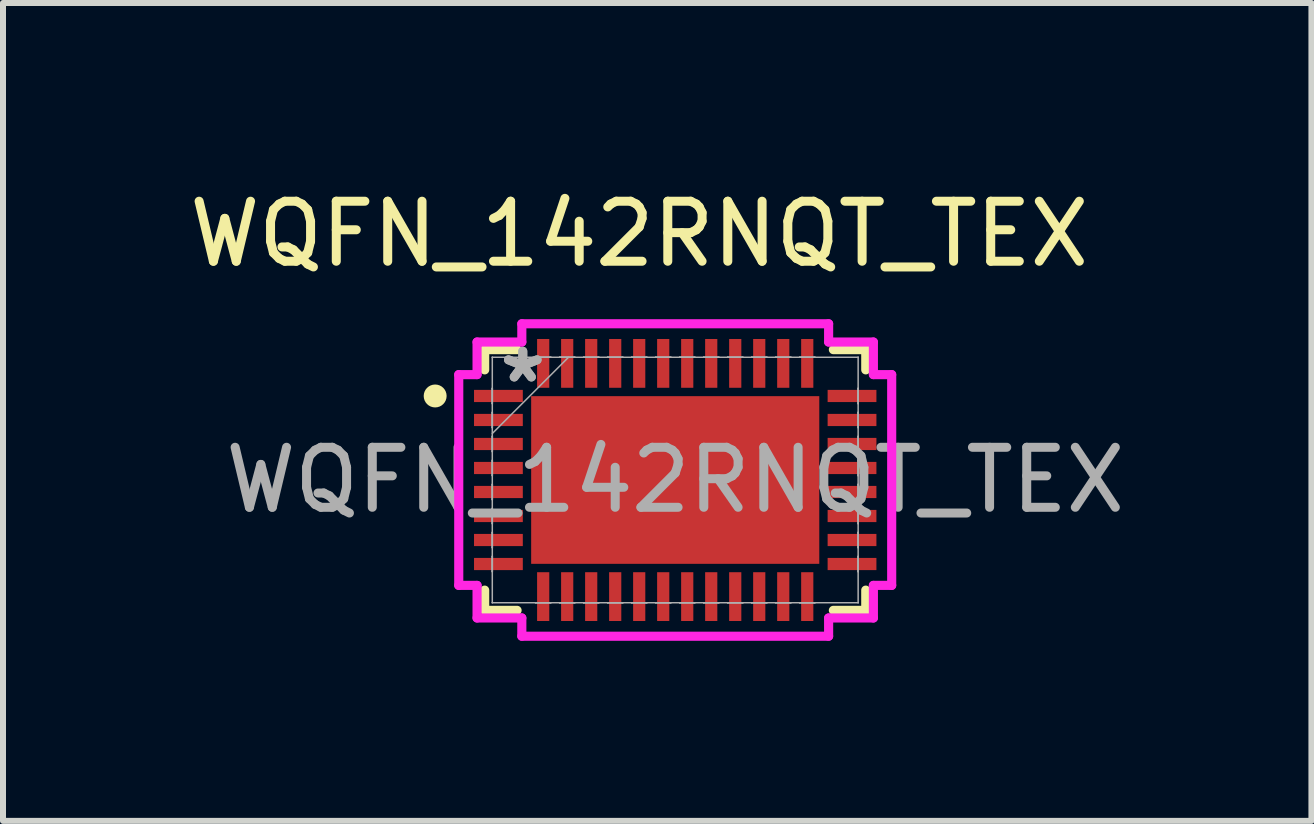
<source format=kicad_pcb>
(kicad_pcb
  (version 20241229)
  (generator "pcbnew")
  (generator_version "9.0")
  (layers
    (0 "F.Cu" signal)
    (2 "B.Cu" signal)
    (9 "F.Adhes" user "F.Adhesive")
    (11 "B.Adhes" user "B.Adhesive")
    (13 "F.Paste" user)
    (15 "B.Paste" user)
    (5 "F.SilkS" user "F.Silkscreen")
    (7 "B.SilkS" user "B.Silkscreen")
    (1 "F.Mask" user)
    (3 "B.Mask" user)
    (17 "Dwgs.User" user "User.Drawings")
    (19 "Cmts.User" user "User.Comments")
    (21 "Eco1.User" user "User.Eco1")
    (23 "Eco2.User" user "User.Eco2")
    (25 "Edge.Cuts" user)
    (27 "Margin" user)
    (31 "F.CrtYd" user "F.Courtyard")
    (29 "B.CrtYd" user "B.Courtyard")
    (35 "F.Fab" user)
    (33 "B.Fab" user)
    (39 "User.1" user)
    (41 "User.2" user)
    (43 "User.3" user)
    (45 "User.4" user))
  (footprint "WQFN_142RNQT_TEX"
    (layer "F.Cu")
    (at 8.201 4.948)
    (property "Reference" "WQFN_142RNQT_TEX" (at -0.6 -4.1 0) (unlocked yes) (layer "F.SilkS") (effects (font (size 1 1) (thickness 0.15))))
    (attr smd)
    (fp_line (start -3.175 -2.172) (end -3.175 -1.835) (stroke (width 0.152) (type solid)) (layer "F.SilkS"))
    (fp_line (start -3.175 1.835) (end -3.175 2.172) (stroke (width 0.152) (type solid)) (layer "F.SilkS"))
    (fp_line (start -3.175 2.172) (end -2.635 2.172) (stroke (width 0.152) (type solid)) (layer "F.SilkS"))
    (fp_line (start -2.635 -2.172) (end -3.175 -2.172) (stroke (width 0.152) (type solid)) (layer "F.SilkS"))
    (fp_line (start 2.635 2.172) (end 3.175 2.172) (stroke (width 0.152) (type solid)) (layer "F.SilkS"))
    (fp_line (start 3.175 -2.172) (end 2.635 -2.172) (stroke (width 0.152) (type solid)) (layer "F.SilkS"))
    (fp_line (start 3.175 -1.835) (end 3.175 -2.172) (stroke (width 0.152) (type solid)) (layer "F.SilkS"))
    (fp_line (start 3.175 2.172) (end 3.175 1.835) (stroke (width 0.152) (type solid)) (layer "F.SilkS"))
    (fp_circle (center -4 -1.4) (end -3.859 -1.4) (stroke (width 0.1) (type solid)) (fill yes) (layer "F.SilkS"))
    (fp_poly (pts (xy -2.3 -1.297) (xy -2.3 -0.1) (xy -0.9 -0.1) (xy -0.9 -1.297)) (stroke (width 0) (type solid)) (fill yes) (layer "F.Paste"))
    (fp_poly (pts (xy -2.3 0.1) (xy -2.3 1.297) (xy -0.9 1.297) (xy -0.9 0.1)) (stroke (width 0) (type solid)) (fill yes) (layer "F.Paste"))
    (fp_poly (pts (xy -0.7 -1.297) (xy -0.7 -0.1) (xy 0.7 -0.1) (xy 0.7 -1.297)) (stroke (width 0) (type solid)) (fill yes) (layer "F.Paste"))
    (fp_poly (pts (xy -0.7 0.1) (xy -0.7 1.297) (xy 0.7 1.297) (xy 0.7 0.1)) (stroke (width 0) (type solid)) (fill yes) (layer "F.Paste"))
    (fp_poly (pts (xy 0.9 -1.297) (xy 0.9 -0.1) (xy 2.3 -0.1) (xy 2.3 -1.297)) (stroke (width 0) (type solid)) (fill yes) (layer "F.Paste"))
    (fp_poly (pts (xy 0.9 0.1) (xy 0.9 1.297) (xy 2.3 1.297) (xy 2.3 0.1)) (stroke (width 0) (type solid)) (fill yes) (layer "F.Paste"))
    (fp_line (start -3.607 -1.756) (end -3.302 -1.756) (stroke (width 0.152) (type solid)) (layer "F.CrtYd"))
    (fp_line (start -3.607 1.756) (end -3.607 -1.756) (stroke (width 0.152) (type solid)) (layer "F.CrtYd"))
    (fp_line (start -3.302 -2.299) (end -2.556 -2.299) (stroke (width 0.152) (type solid)) (layer "F.CrtYd"))
    (fp_line (start -3.302 -1.756) (end -3.302 -2.299) (stroke (width 0.152) (type solid)) (layer "F.CrtYd"))
    (fp_line (start -3.302 1.756) (end -3.607 1.756) (stroke (width 0.152) (type solid)) (layer "F.CrtYd"))
    (fp_line (start -3.302 2.299) (end -3.302 1.756) (stroke (width 0.152) (type solid)) (layer "F.CrtYd"))
    (fp_line (start -2.556 -2.603) (end 2.556 -2.603) (stroke (width 0.152) (type solid)) (layer "F.CrtYd"))
    (fp_line (start -2.556 -2.299) (end -2.556 -2.603) (stroke (width 0.152) (type solid)) (layer "F.CrtYd"))
    (fp_line (start -2.556 2.299) (end -3.302 2.299) (stroke (width 0.152) (type solid)) (layer "F.CrtYd"))
    (fp_line (start -2.556 2.603) (end -2.556 2.299) (stroke (width 0.152) (type solid)) (layer "F.CrtYd"))
    (fp_line (start 2.556 -2.603) (end 2.556 -2.299) (stroke (width 0.152) (type solid)) (layer "F.CrtYd"))
    (fp_line (start 2.556 -2.299) (end 3.302 -2.299) (stroke (width 0.152) (type solid)) (layer "F.CrtYd"))
    (fp_line (start 2.556 2.299) (end 2.556 2.603) (stroke (width 0.152) (type solid)) (layer "F.CrtYd"))
    (fp_line (start 2.556 2.603) (end -2.556 2.603) (stroke (width 0.152) (type solid)) (layer "F.CrtYd"))
    (fp_line (start 3.302 -2.299) (end 3.302 -1.756) (stroke (width 0.152) (type solid)) (layer "F.CrtYd"))
    (fp_line (start 3.302 -1.756) (end 3.607 -1.756) (stroke (width 0.152) (type solid)) (layer "F.CrtYd"))
    (fp_line (start 3.302 1.756) (end 3.302 2.299) (stroke (width 0.152) (type solid)) (layer "F.CrtYd"))
    (fp_line (start 3.302 2.299) (end 2.556 2.299) (stroke (width 0.152) (type solid)) (layer "F.CrtYd"))
    (fp_line (start 3.607 -1.756) (end 3.607 1.756) (stroke (width 0.152) (type solid)) (layer "F.CrtYd"))
    (fp_line (start 3.607 1.756) (end 3.302 1.756) (stroke (width 0.152) (type solid)) (layer "F.CrtYd"))
    (fp_line (start -3.048 -2.045) (end -3.048 -2.045) (stroke (width 0.025) (type solid)) (layer "F.Fab"))
    (fp_line (start -3.048 -2.045) (end -3.048 2.045) (stroke (width 0.025) (type solid)) (layer "F.Fab"))
    (fp_line (start -3.048 -1.527) (end -3.048 -1.527) (stroke (width 0.025) (type solid)) (layer "F.Fab"))
    (fp_line (start -3.048 -1.527) (end -3.048 -1.273) (stroke (width 0.025) (type solid)) (layer "F.Fab"))
    (fp_line (start -3.048 -1.273) (end -3.048 -1.527) (stroke (width 0.025) (type solid)) (layer "F.Fab"))
    (fp_line (start -3.048 -1.273) (end -3.048 -1.273) (stroke (width 0.025) (type solid)) (layer "F.Fab"))
    (fp_line (start -3.048 -1.127) (end -3.048 -1.127) (stroke (width 0.025) (type solid)) (layer "F.Fab"))
    (fp_line (start -3.048 -1.127) (end -3.048 -0.873) (stroke (width 0.025) (type solid)) (layer "F.Fab"))
    (fp_line (start -3.048 -0.873) (end -3.048 -1.127) (stroke (width 0.025) (type solid)) (layer "F.Fab"))
    (fp_line (start -3.048 -0.873) (end -3.048 -0.873) (stroke (width 0.025) (type solid)) (layer "F.Fab"))
    (fp_line (start -3.048 -0.775) (end -1.778 -2.045) (stroke (width 0.025) (type solid)) (layer "F.Fab"))
    (fp_line (start -3.048 -0.727) (end -3.048 -0.727) (stroke (width 0.025) (type solid)) (layer "F.Fab"))
    (fp_line (start -3.048 -0.727) (end -3.048 -0.473) (stroke (width 0.025) (type solid)) (layer "F.Fab"))
    (fp_line (start -3.048 -0.473) (end -3.048 -0.727) (stroke (width 0.025) (type solid)) (layer "F.Fab"))
    (fp_line (start -3.048 -0.473) (end -3.048 -0.473) (stroke (width 0.025) (type solid)) (layer "F.Fab"))
    (fp_line (start -3.048 -0.327) (end -3.048 -0.327) (stroke (width 0.025) (type solid)) (layer "F.Fab"))
    (fp_line (start -3.048 -0.327) (end -3.048 -0.073) (stroke (width 0.025) (type solid)) (layer "F.Fab"))
    (fp_line (start -3.048 -0.073) (end -3.048 -0.327) (stroke (width 0.025) (type solid)) (layer "F.Fab"))
    (fp_line (start -3.048 -0.073) (end -3.048 -0.073) (stroke (width 0.025) (type solid)) (layer "F.Fab"))
    (fp_line (start -3.048 0.073) (end -3.048 0.073) (stroke (width 0.025) (type solid)) (layer "F.Fab"))
    (fp_line (start -3.048 0.073) (end -3.048 0.327) (stroke (width 0.025) (type solid)) (layer "F.Fab"))
    (fp_line (start -3.048 0.327) (end -3.048 0.073) (stroke (width 0.025) (type solid)) (layer "F.Fab"))
    (fp_line (start -3.048 0.327) (end -3.048 0.327) (stroke (width 0.025) (type solid)) (layer "F.Fab"))
    (fp_line (start -3.048 0.473) (end -3.048 0.473) (stroke (width 0.025) (type solid)) (layer "F.Fab"))
    (fp_line (start -3.048 0.473) (end -3.048 0.727) (stroke (width 0.025) (type solid)) (layer "F.Fab"))
    (fp_line (start -3.048 0.727) (end -3.048 0.473) (stroke (width 0.025) (type solid)) (layer "F.Fab"))
    (fp_line (start -3.048 0.727) (end -3.048 0.727) (stroke (width 0.025) (type solid)) (layer "F.Fab"))
    (fp_line (start -3.048 0.873) (end -3.048 0.873) (stroke (width 0.025) (type solid)) (layer "F.Fab"))
    (fp_line (start -3.048 0.873) (end -3.048 1.127) (stroke (width 0.025) (type solid)) (layer "F.Fab"))
    (fp_line (start -3.048 1.127) (end -3.048 0.873) (stroke (width 0.025) (type solid)) (layer "F.Fab"))
    (fp_line (start -3.048 1.127) (end -3.048 1.127) (stroke (width 0.025) (type solid)) (layer "F.Fab"))
    (fp_line (start -3.048 1.273) (end -3.048 1.273) (stroke (width 0.025) (type solid)) (layer "F.Fab"))
    (fp_line (start -3.048 1.273) (end -3.048 1.527) (stroke (width 0.025) (type solid)) (layer "F.Fab"))
    (fp_line (start -3.048 1.527) (end -3.048 1.273) (stroke (width 0.025) (type solid)) (layer "F.Fab"))
    (fp_line (start -3.048 1.527) (end -3.048 1.527) (stroke (width 0.025) (type solid)) (layer "F.Fab"))
    (fp_line (start -3.048 2.045) (end -3.048 2.045) (stroke (width 0.025) (type solid)) (layer "F.Fab"))
    (fp_line (start -3.048 2.045) (end 3.048 2.045) (stroke (width 0.025) (type solid)) (layer "F.Fab"))
    (fp_line (start -2.327 -2.045) (end -2.327 -2.045) (stroke (width 0.025) (type solid)) (layer "F.Fab"))
    (fp_line (start -2.327 -2.045) (end -2.073 -2.045) (stroke (width 0.025) (type solid)) (layer "F.Fab"))
    (fp_line (start -2.327 2.045) (end -2.327 2.045) (stroke (width 0.025) (type solid)) (layer "F.Fab"))
    (fp_line (start -2.327 2.045) (end -2.073 2.045) (stroke (width 0.025) (type solid)) (layer "F.Fab"))
    (fp_line (start -2.073 -2.045) (end -2.327 -2.045) (stroke (width 0.025) (type solid)) (layer "F.Fab"))
    (fp_line (start -2.073 -2.045) (end -2.073 -2.045) (stroke (width 0.025) (type solid)) (layer "F.Fab"))
    (fp_line (start -2.073 2.045) (end -2.327 2.045) (stroke (width 0.025) (type solid)) (layer "F.Fab"))
    (fp_line (start -2.073 2.045) (end -2.073 2.045) (stroke (width 0.025) (type solid)) (layer "F.Fab"))
    (fp_line (start -1.927 -2.045) (end -1.927 -2.045) (stroke (width 0.025) (type solid)) (layer "F.Fab"))
    (fp_line (start -1.927 -2.045) (end -1.673 -2.045) (stroke (width 0.025) (type solid)) (layer "F.Fab"))
    (fp_line (start -1.927 2.045) (end -1.927 2.045) (stroke (width 0.025) (type solid)) (layer "F.Fab"))
    (fp_line (start -1.927 2.045) (end -1.673 2.045) (stroke (width 0.025) (type solid)) (layer "F.Fab"))
    (fp_line (start -1.673 -2.045) (end -1.927 -2.045) (stroke (width 0.025) (type solid)) (layer "F.Fab"))
    (fp_line (start -1.673 -2.045) (end -1.673 -2.045) (stroke (width 0.025) (type solid)) (layer "F.Fab"))
    (fp_line (start -1.673 2.045) (end -1.927 2.045) (stroke (width 0.025) (type solid)) (layer "F.Fab"))
    (fp_line (start -1.673 2.045) (end -1.673 2.045) (stroke (width 0.025) (type solid)) (layer "F.Fab"))
    (fp_line (start -1.527 -2.045) (end -1.527 -2.045) (stroke (width 0.025) (type solid)) (layer "F.Fab"))
    (fp_line (start -1.527 -2.045) (end -1.273 -2.045) (stroke (width 0.025) (type solid)) (layer "F.Fab"))
    (fp_line (start -1.527 2.045) (end -1.527 2.045) (stroke (width 0.025) (type solid)) (layer "F.Fab"))
    (fp_line (start -1.527 2.045) (end -1.273 2.045) (stroke (width 0.025) (type solid)) (layer "F.Fab"))
    (fp_line (start -1.273 -2.045) (end -1.527 -2.045) (stroke (width 0.025) (type solid)) (layer "F.Fab"))
    (fp_line (start -1.273 -2.045) (end -1.273 -2.045) (stroke (width 0.025) (type solid)) (layer "F.Fab"))
    (fp_line (start -1.273 2.045) (end -1.527 2.045) (stroke (width 0.025) (type solid)) (layer "F.Fab"))
    (fp_line (start -1.273 2.045) (end -1.273 2.045) (stroke (width 0.025) (type solid)) (layer "F.Fab"))
    (fp_line (start -1.127 -2.045) (end -1.127 -2.045) (stroke (width 0.025) (type solid)) (layer "F.Fab"))
    (fp_line (start -1.127 -2.045) (end -0.873 -2.045) (stroke (width 0.025) (type solid)) (layer "F.Fab"))
    (fp_line (start -1.127 2.045) (end -1.127 2.045) (stroke (width 0.025) (type solid)) (layer "F.Fab"))
    (fp_line (start -1.127 2.045) (end -0.873 2.045) (stroke (width 0.025) (type solid)) (layer "F.Fab"))
    (fp_line (start -0.873 -2.045) (end -1.127 -2.045) (stroke (width 0.025) (type solid)) (layer "F.Fab"))
    (fp_line (start -0.873 -2.045) (end -0.873 -2.045) (stroke (width 0.025) (type solid)) (layer "F.Fab"))
    (fp_line (start -0.873 2.045) (end -1.127 2.045) (stroke (width 0.025) (type solid)) (layer "F.Fab"))
    (fp_line (start -0.873 2.045) (end -0.873 2.045) (stroke (width 0.025) (type solid)) (layer "F.Fab"))
    (fp_line (start -0.727 -2.045) (end -0.727 -2.045) (stroke (width 0.025) (type solid)) (layer "F.Fab"))
    (fp_line (start -0.727 -2.045) (end -0.473 -2.045) (stroke (width 0.025) (type solid)) (layer "F.Fab"))
    (fp_line (start -0.727 2.045) (end -0.727 2.045) (stroke (width 0.025) (type solid)) (layer "F.Fab"))
    (fp_line (start -0.727 2.045) (end -0.473 2.045) (stroke (width 0.025) (type solid)) (layer "F.Fab"))
    (fp_line (start -0.473 -2.045) (end -0.727 -2.045) (stroke (width 0.025) (type solid)) (layer "F.Fab"))
    (fp_line (start -0.473 -2.045) (end -0.473 -2.045) (stroke (width 0.025) (type solid)) (layer "F.Fab"))
    (fp_line (start -0.473 2.045) (end -0.727 2.045) (stroke (width 0.025) (type solid)) (layer "F.Fab"))
    (fp_line (start -0.473 2.045) (end -0.473 2.045) (stroke (width 0.025) (type solid)) (layer "F.Fab"))
    (fp_line (start -0.327 -2.045) (end -0.327 -2.045) (stroke (width 0.025) (type solid)) (layer "F.Fab"))
    (fp_line (start -0.327 -2.045) (end -0.073 -2.045) (stroke (width 0.025) (type solid)) (layer "F.Fab"))
    (fp_line (start -0.327 2.045) (end -0.327 2.045) (stroke (width 0.025) (type solid)) (layer "F.Fab"))
    (fp_line (start -0.327 2.045) (end -0.073 2.045) (stroke (width 0.025) (type solid)) (layer "F.Fab"))
    (fp_line (start -0.073 -2.045) (end -0.327 -2.045) (stroke (width 0.025) (type solid)) (layer "F.Fab"))
    (fp_line (start -0.073 -2.045) (end -0.073 -2.045) (stroke (width 0.025) (type solid)) (layer "F.Fab"))
    (fp_line (start -0.073 2.045) (end -0.327 2.045) (stroke (width 0.025) (type solid)) (layer "F.Fab"))
    (fp_line (start -0.073 2.045) (end -0.073 2.045) (stroke (width 0.025) (type solid)) (layer "F.Fab"))
    (fp_line (start 0.073 -2.045) (end 0.073 -2.045) (stroke (width 0.025) (type solid)) (layer "F.Fab"))
    (fp_line (start 0.073 -2.045) (end 0.327 -2.045) (stroke (width 0.025) (type solid)) (layer "F.Fab"))
    (fp_line (start 0.073 2.045) (end 0.073 2.045) (stroke (width 0.025) (type solid)) (layer "F.Fab"))
    (fp_line (start 0.073 2.045) (end 0.327 2.045) (stroke (width 0.025) (type solid)) (layer "F.Fab"))
    (fp_line (start 0.327 -2.045) (end 0.073 -2.045) (stroke (width 0.025) (type solid)) (layer "F.Fab"))
    (fp_line (start 0.327 -2.045) (end 0.327 -2.045) (stroke (width 0.025) (type solid)) (layer "F.Fab"))
    (fp_line (start 0.327 2.045) (end 0.073 2.045) (stroke (width 0.025) (type solid)) (layer "F.Fab"))
    (fp_line (start 0.327 2.045) (end 0.327 2.045) (stroke (width 0.025) (type solid)) (layer "F.Fab"))
    (fp_line (start 0.473 -2.045) (end 0.473 -2.045) (stroke (width 0.025) (type solid)) (layer "F.Fab"))
    (fp_line (start 0.473 -2.045) (end 0.727 -2.045) (stroke (width 0.025) (type solid)) (layer "F.Fab"))
    (fp_line (start 0.473 2.045) (end 0.473 2.045) (stroke (width 0.025) (type solid)) (layer "F.Fab"))
    (fp_line (start 0.473 2.045) (end 0.727 2.045) (stroke (width 0.025) (type solid)) (layer "F.Fab"))
    (fp_line (start 0.727 -2.045) (end 0.473 -2.045) (stroke (width 0.025) (type solid)) (layer "F.Fab"))
    (fp_line (start 0.727 -2.045) (end 0.727 -2.045) (stroke (width 0.025) (type solid)) (layer "F.Fab"))
    (fp_line (start 0.727 2.045) (end 0.473 2.045) (stroke (width 0.025) (type solid)) (layer "F.Fab"))
    (fp_line (start 0.727 2.045) (end 0.727 2.045) (stroke (width 0.025) (type solid)) (layer "F.Fab"))
    (fp_line (start 0.873 -2.045) (end 0.873 -2.045) (stroke (width 0.025) (type solid)) (layer "F.Fab"))
    (fp_line (start 0.873 -2.045) (end 1.127 -2.045) (stroke (width 0.025) (type solid)) (layer "F.Fab"))
    (fp_line (start 0.873 2.045) (end 0.873 2.045) (stroke (width 0.025) (type solid)) (layer "F.Fab"))
    (fp_line (start 0.873 2.045) (end 1.127 2.045) (stroke (width 0.025) (type solid)) (layer "F.Fab"))
    (fp_line (start 1.127 -2.045) (end 0.873 -2.045) (stroke (width 0.025) (type solid)) (layer "F.Fab"))
    (fp_line (start 1.127 -2.045) (end 1.127 -2.045) (stroke (width 0.025) (type solid)) (layer "F.Fab"))
    (fp_line (start 1.127 2.045) (end 0.873 2.045) (stroke (width 0.025) (type solid)) (layer "F.Fab"))
    (fp_line (start 1.127 2.045) (end 1.127 2.045) (stroke (width 0.025) (type solid)) (layer "F.Fab"))
    (fp_line (start 1.273 -2.045) (end 1.273 -2.045) (stroke (width 0.025) (type solid)) (layer "F.Fab"))
    (fp_line (start 1.273 -2.045) (end 1.527 -2.045) (stroke (width 0.025) (type solid)) (layer "F.Fab"))
    (fp_line (start 1.273 2.045) (end 1.273 2.045) (stroke (width 0.025) (type solid)) (layer "F.Fab"))
    (fp_line (start 1.273 2.045) (end 1.527 2.045) (stroke (width 0.025) (type solid)) (layer "F.Fab"))
    (fp_line (start 1.527 -2.045) (end 1.273 -2.045) (stroke (width 0.025) (type solid)) (layer "F.Fab"))
    (fp_line (start 1.527 -2.045) (end 1.527 -2.045) (stroke (width 0.025) (type solid)) (layer "F.Fab"))
    (fp_line (start 1.527 2.045) (end 1.273 2.045) (stroke (width 0.025) (type solid)) (layer "F.Fab"))
    (fp_line (start 1.527 2.045) (end 1.527 2.045) (stroke (width 0.025) (type solid)) (layer "F.Fab"))
    (fp_line (start 1.673 -2.045) (end 1.673 -2.045) (stroke (width 0.025) (type solid)) (layer "F.Fab"))
    (fp_line (start 1.673 -2.045) (end 1.927 -2.045) (stroke (width 0.025) (type solid)) (layer "F.Fab"))
    (fp_line (start 1.673 2.045) (end 1.673 2.045) (stroke (width 0.025) (type solid)) (layer "F.Fab"))
    (fp_line (start 1.673 2.045) (end 1.927 2.045) (stroke (width 0.025) (type solid)) (layer "F.Fab"))
    (fp_line (start 1.927 -2.045) (end 1.673 -2.045) (stroke (width 0.025) (type solid)) (layer "F.Fab"))
    (fp_line (start 1.927 -2.045) (end 1.927 -2.045) (stroke (width 0.025) (type solid)) (layer "F.Fab"))
    (fp_line (start 1.927 2.045) (end 1.673 2.045) (stroke (width 0.025) (type solid)) (layer "F.Fab"))
    (fp_line (start 1.927 2.045) (end 1.927 2.045) (stroke (width 0.025) (type solid)) (layer "F.Fab"))
    (fp_line (start 2.073 -2.045) (end 2.073 -2.045) (stroke (width 0.025) (type solid)) (layer "F.Fab"))
    (fp_line (start 2.073 -2.045) (end 2.327 -2.045) (stroke (width 0.025) (type solid)) (layer "F.Fab"))
    (fp_line (start 2.073 2.045) (end 2.073 2.045) (stroke (width 0.025) (type solid)) (layer "F.Fab"))
    (fp_line (start 2.073 2.045) (end 2.327 2.045) (stroke (width 0.025) (type solid)) (layer "F.Fab"))
    (fp_line (start 2.327 -2.045) (end 2.073 -2.045) (stroke (width 0.025) (type solid)) (layer "F.Fab"))
    (fp_line (start 2.327 -2.045) (end 2.327 -2.045) (stroke (width 0.025) (type solid)) (layer "F.Fab"))
    (fp_line (start 2.327 2.045) (end 2.073 2.045) (stroke (width 0.025) (type solid)) (layer "F.Fab"))
    (fp_line (start 2.327 2.045) (end 2.327 2.045) (stroke (width 0.025) (type solid)) (layer "F.Fab"))
    (fp_line (start 3.048 -2.045) (end -3.048 -2.045) (stroke (width 0.025) (type solid)) (layer "F.Fab"))
    (fp_line (start 3.048 -2.045) (end 3.048 -2.045) (stroke (width 0.025) (type solid)) (layer "F.Fab"))
    (fp_line (start 3.048 -1.527) (end 3.048 -1.527) (stroke (width 0.025) (type solid)) (layer "F.Fab"))
    (fp_line (start 3.048 -1.527) (end 3.048 -1.273) (stroke (width 0.025) (type solid)) (layer "F.Fab"))
    (fp_line (start 3.048 -1.273) (end 3.048 -1.527) (stroke (width 0.025) (type solid)) (layer "F.Fab"))
    (fp_line (start 3.048 -1.273) (end 3.048 -1.273) (stroke (width 0.025) (type solid)) (layer "F.Fab"))
    (fp_line (start 3.048 -1.127) (end 3.048 -1.127) (stroke (width 0.025) (type solid)) (layer "F.Fab"))
    (fp_line (start 3.048 -1.127) (end 3.048 -0.873) (stroke (width 0.025) (type solid)) (layer "F.Fab"))
    (fp_line (start 3.048 -0.873) (end 3.048 -1.127) (stroke (width 0.025) (type solid)) (layer "F.Fab"))
    (fp_line (start 3.048 -0.873) (end 3.048 -0.873) (stroke (width 0.025) (type solid)) (layer "F.Fab"))
    (fp_line (start 3.048 -0.727) (end 3.048 -0.727) (stroke (width 0.025) (type solid)) (layer "F.Fab"))
    (fp_line (start 3.048 -0.727) (end 3.048 -0.473) (stroke (width 0.025) (type solid)) (layer "F.Fab"))
    (fp_line (start 3.048 -0.473) (end 3.048 -0.727) (stroke (width 0.025) (type solid)) (layer "F.Fab"))
    (fp_line (start 3.048 -0.473) (end 3.048 -0.473) (stroke (width 0.025) (type solid)) (layer "F.Fab"))
    (fp_line (start 3.048 -0.327) (end 3.048 -0.327) (stroke (width 0.025) (type solid)) (layer "F.Fab"))
    (fp_line (start 3.048 -0.327) (end 3.048 -0.073) (stroke (width 0.025) (type solid)) (layer "F.Fab"))
    (fp_line (start 3.048 -0.073) (end 3.048 -0.327) (stroke (width 0.025) (type solid)) (layer "F.Fab"))
    (fp_line (start 3.048 -0.073) (end 3.048 -0.073) (stroke (width 0.025) (type solid)) (layer "F.Fab"))
    (fp_line (start 3.048 0.073) (end 3.048 0.073) (stroke (width 0.025) (type solid)) (layer "F.Fab"))
    (fp_line (start 3.048 0.073) (end 3.048 0.327) (stroke (width 0.025) (type solid)) (layer "F.Fab"))
    (fp_line (start 3.048 0.327) (end 3.048 0.073) (stroke (width 0.025) (type solid)) (layer "F.Fab"))
    (fp_line (start 3.048 0.327) (end 3.048 0.327) (stroke (width 0.025) (type solid)) (layer "F.Fab"))
    (fp_line (start 3.048 0.473) (end 3.048 0.473) (stroke (width 0.025) (type solid)) (layer "F.Fab"))
    (fp_line (start 3.048 0.473) (end 3.048 0.727) (stroke (width 0.025) (type solid)) (layer "F.Fab"))
    (fp_line (start 3.048 0.727) (end 3.048 0.473) (stroke (width 0.025) (type solid)) (layer "F.Fab"))
    (fp_line (start 3.048 0.727) (end 3.048 0.727) (stroke (width 0.025) (type solid)) (layer "F.Fab"))
    (fp_line (start 3.048 0.873) (end 3.048 0.873) (stroke (width 0.025) (type solid)) (layer "F.Fab"))
    (fp_line (start 3.048 0.873) (end 3.048 1.127) (stroke (width 0.025) (type solid)) (layer "F.Fab"))
    (fp_line (start 3.048 1.127) (end 3.048 0.873) (stroke (width 0.025) (type solid)) (layer "F.Fab"))
    (fp_line (start 3.048 1.127) (end 3.048 1.127) (stroke (width 0.025) (type solid)) (layer "F.Fab"))
    (fp_line (start 3.048 1.273) (end 3.048 1.273) (stroke (width 0.025) (type solid)) (layer "F.Fab"))
    (fp_line (start 3.048 1.273) (end 3.048 1.527) (stroke (width 0.025) (type solid)) (layer "F.Fab"))
    (fp_line (start 3.048 1.527) (end 3.048 1.273) (stroke (width 0.025) (type solid)) (layer "F.Fab"))
    (fp_line (start 3.048 1.527) (end 3.048 1.527) (stroke (width 0.025) (type solid)) (layer "F.Fab"))
    (fp_line (start 3.048 2.045) (end 3.048 -2.045) (stroke (width 0.025) (type solid)) (layer "F.Fab"))
    (fp_line (start 3.048 2.045) (end 3.048 2.045) (stroke (width 0.025) (type solid)) (layer "F.Fab"))
    (fp_text user "${REFERENCE}" (at 0 0 0) (unlocked yes) (layer "F.Fab") (effects (font (size 1 1) (thickness 0.15))))
    (fp_text user "*" (at -2.54 -1.6 0) (unlocked yes) (layer "F.Fab") (effects (font (size 1 1) (thickness 0.15))))
    (fp_text user "*" (at -2.54 -1.6 0) (layer "F.Fab") (effects (font (size 1 1) (thickness 0.15))))
    (pad "1" smd rect (at -2.946 -1.4 90) (size 0.203 0.813) (layers "F.Cu" "F.Mask" "F.Paste"))
    (pad "2" smd rect (at -2.946 -1 90) (size 0.203 0.813) (layers "F.Cu" "F.Mask" "F.Paste"))
    (pad "3" smd rect (at -2.946 -0.6 90) (size 0.203 0.813) (layers "F.Cu" "F.Mask" "F.Paste"))
    (pad "4" smd rect (at -2.946 -0.2 90) (size 0.203 0.813) (layers "F.Cu" "F.Mask" "F.Paste"))
    (pad "5" smd rect (at -2.946 0.2 90) (size 0.203 0.813) (layers "F.Cu" "F.Mask" "F.Paste"))
    (pad "6" smd rect (at -2.946 0.6 90) (size 0.203 0.813) (layers "F.Cu" "F.Mask" "F.Paste"))
    (pad "7" smd rect (at -2.946 1 90) (size 0.203 0.813) (layers "F.Cu" "F.Mask" "F.Paste"))
    (pad "8" smd rect (at -2.946 1.4 90) (size 0.203 0.813) (layers "F.Cu" "F.Mask" "F.Paste"))
    (pad "9" smd rect (at -2.2 1.943) (size 0.203 0.813) (layers "F.Cu" "F.Mask" "F.Paste"))
    (pad "10" smd rect (at -1.8 1.943) (size 0.203 0.813) (layers "F.Cu" "F.Mask" "F.Paste"))
    (pad "11" smd rect (at -1.4 1.943) (size 0.203 0.813) (layers "F.Cu" "F.Mask" "F.Paste"))
    (pad "12" smd rect (at -1 1.943) (size 0.203 0.813) (layers "F.Cu" "F.Mask" "F.Paste"))
    (pad "13" smd rect (at -0.6 1.943) (size 0.203 0.813) (layers "F.Cu" "F.Mask" "F.Paste"))
    (pad "14" smd rect (at -0.2 1.943) (size 0.203 0.813) (layers "F.Cu" "F.Mask" "F.Paste"))
    (pad "15" smd rect (at 0.2 1.943) (size 0.203 0.813) (layers "F.Cu" "F.Mask" "F.Paste"))
    (pad "16" smd rect (at 0.6 1.943) (size 0.203 0.813) (layers "F.Cu" "F.Mask" "F.Paste"))
    (pad "17" smd rect (at 1 1.943) (size 0.203 0.813) (layers "F.Cu" "F.Mask" "F.Paste"))
    (pad "18" smd rect (at 1.4 1.943) (size 0.203 0.813) (layers "F.Cu" "F.Mask" "F.Paste"))
    (pad "19" smd rect (at 1.8 1.943) (size 0.203 0.813) (layers "F.Cu" "F.Mask" "F.Paste"))
    (pad "20" smd rect (at 2.2 1.943) (size 0.203 0.813) (layers "F.Cu" "F.Mask" "F.Paste"))
    (pad "21" smd rect (at 2.946 1.4 90) (size 0.203 0.813) (layers "F.Cu" "F.Mask" "F.Paste"))
    (pad "22" smd rect (at 2.946 1 90) (size 0.203 0.813) (layers "F.Cu" "F.Mask" "F.Paste"))
    (pad "23" smd rect (at 2.946 0.6 90) (size 0.203 0.813) (layers "F.Cu" "F.Mask" "F.Paste"))
    (pad "24" smd rect (at 2.946 0.2 90) (size 0.203 0.813) (layers "F.Cu" "F.Mask" "F.Paste"))
    (pad "25" smd rect (at 2.946 -0.2 90) (size 0.203 0.813) (layers "F.Cu" "F.Mask" "F.Paste"))
    (pad "26" smd rect (at 2.946 -0.6 90) (size 0.203 0.813) (layers "F.Cu" "F.Mask" "F.Paste"))
    (pad "27" smd rect (at 2.946 -1 90) (size 0.203 0.813) (layers "F.Cu" "F.Mask" "F.Paste"))
    (pad "28" smd rect (at 2.946 -1.4 90) (size 0.203 0.813) (layers "F.Cu" "F.Mask" "F.Paste"))
    (pad "29" smd rect (at 2.2 -1.943) (size 0.203 0.813) (layers "F.Cu" "F.Mask" "F.Paste"))
    (pad "30" smd rect (at 1.8 -1.943) (size 0.203 0.813) (layers "F.Cu" "F.Mask" "F.Paste"))
    (pad "31" smd rect (at 1.4 -1.943) (size 0.203 0.813) (layers "F.Cu" "F.Mask" "F.Paste"))
    (pad "32" smd rect (at 1 -1.943) (size 0.203 0.813) (layers "F.Cu" "F.Mask" "F.Paste"))
    (pad "33" smd rect (at 0.6 -1.943) (size 0.203 0.813) (layers "F.Cu" "F.Mask" "F.Paste"))
    (pad "34" smd rect (at 0.2 -1.943) (size 0.203 0.813) (layers "F.Cu" "F.Mask" "F.Paste"))
    (pad "35" smd rect (at -0.2 -1.943) (size 0.203 0.813) (layers "F.Cu" "F.Mask" "F.Paste"))
    (pad "36" smd rect (at -0.6 -1.943) (size 0.203 0.813) (layers "F.Cu" "F.Mask" "F.Paste"))
    (pad "37" smd rect (at -1 -1.943) (size 0.203 0.813) (layers "F.Cu" "F.Mask" "F.Paste"))
    (pad "38" smd rect (at -1.4 -1.943) (size 0.203 0.813) (layers "F.Cu" "F.Mask" "F.Paste"))
    (pad "39" smd rect (at -1.8 -1.943) (size 0.203 0.813) (layers "F.Cu" "F.Mask" "F.Paste"))
    (pad "40" smd rect (at -2.2 -1.943) (size 0.203 0.813) (layers "F.Cu" "F.Mask" "F.Paste"))
    (pad "41" smd rect (at 0 0) (size 4.801 2.794) (layers "F.Cu" "F.Mask" "F.Paste")))
  (gr_rect
    (start -3 -3)
    (end 18.802 10.628)
    (stroke (width 0.1) (type default))
    (fill no)
    (layer "Edge.Cuts")))
</source>
